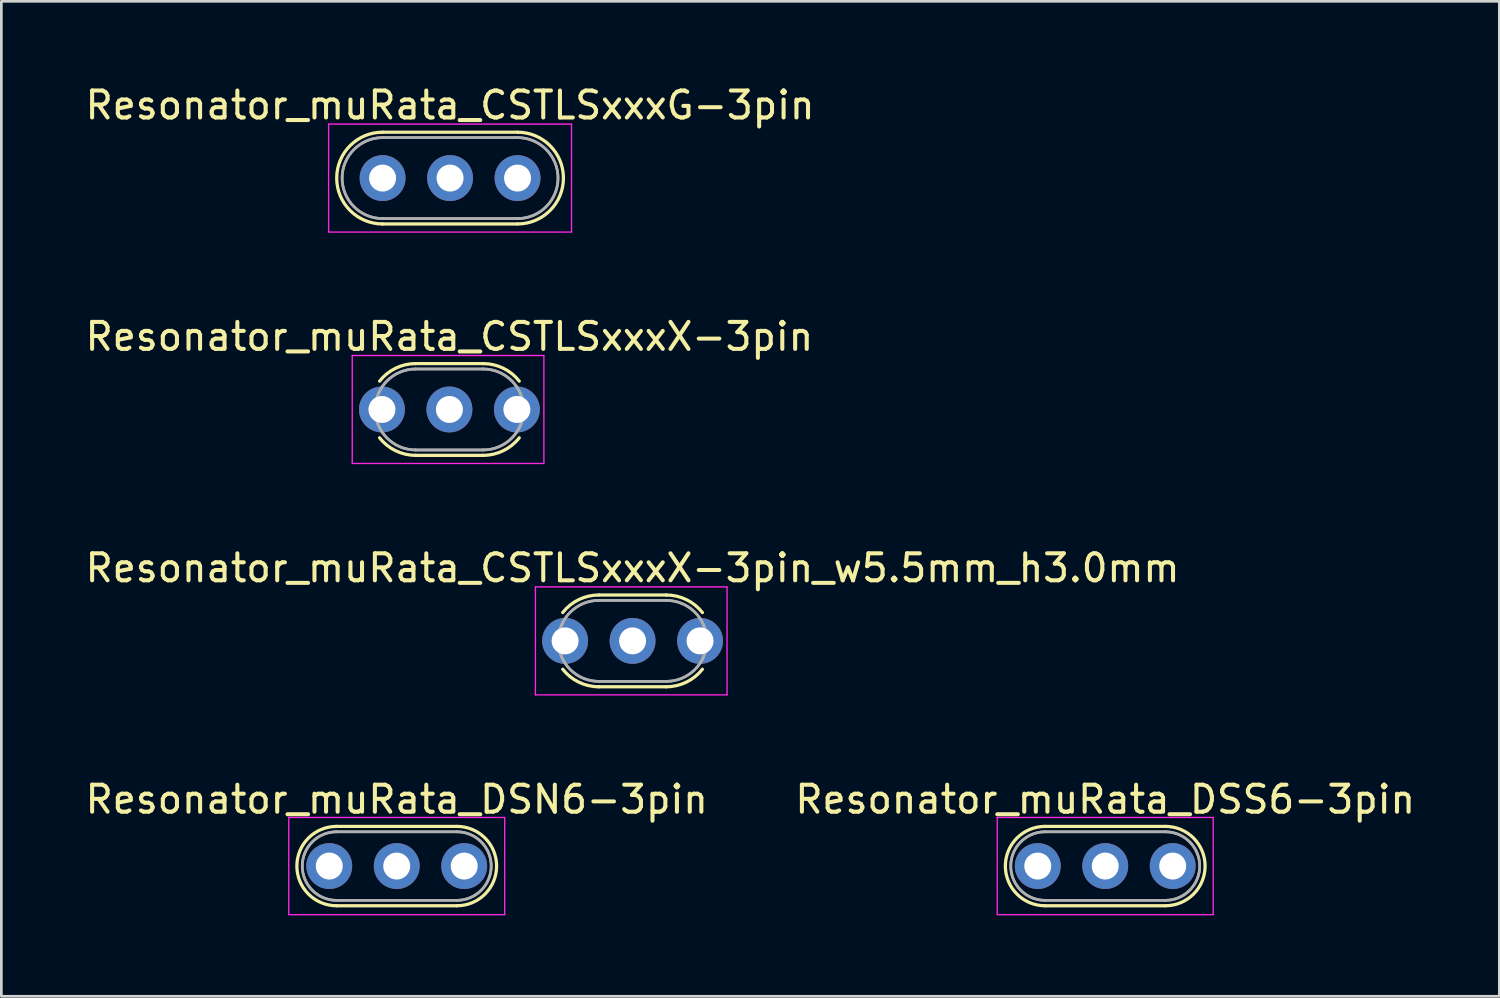
<source format=kicad_pcb>
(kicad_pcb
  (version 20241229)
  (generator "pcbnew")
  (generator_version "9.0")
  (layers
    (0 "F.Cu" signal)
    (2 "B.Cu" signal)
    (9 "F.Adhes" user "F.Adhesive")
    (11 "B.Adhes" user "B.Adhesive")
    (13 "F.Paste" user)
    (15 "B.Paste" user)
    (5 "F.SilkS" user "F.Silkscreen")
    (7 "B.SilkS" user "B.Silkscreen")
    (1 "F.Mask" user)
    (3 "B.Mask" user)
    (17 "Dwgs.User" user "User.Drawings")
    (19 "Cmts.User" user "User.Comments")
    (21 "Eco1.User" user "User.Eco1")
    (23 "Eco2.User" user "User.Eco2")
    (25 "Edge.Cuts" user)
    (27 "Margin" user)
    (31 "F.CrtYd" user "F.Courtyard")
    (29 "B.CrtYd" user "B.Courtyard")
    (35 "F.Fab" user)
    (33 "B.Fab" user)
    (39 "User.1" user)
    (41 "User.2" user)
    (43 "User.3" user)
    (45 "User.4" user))
  (footprint "Resonator_muRata_DSS6-3pin"
    (layer "F.Cu")
    (at 35.399 29.038)
    (property "Reference" "Resonator_muRata_DSS6-3pin" (at 2.5 -2.47 0) (layer "F.SilkS") (effects (font (size 1 1) (thickness 0.15))))
    (attr through_hole)
    (fp_line (start 0.27 -1.47) (end 4.73 -1.47) (stroke (width 0.12) (type solid)) (layer "F.SilkS"))
    (fp_line (start 0.27 1.47) (end 4.73 1.47) (stroke (width 0.12) (type solid)) (layer "F.SilkS"))
    (fp_arc (start 0.27 1.47) (mid -1.2 0) (end 0.27 -1.47) (stroke (width 0.12) (type solid)) (layer "F.SilkS"))
    (fp_arc (start 4.73 -1.47) (mid 6.2 0) (end 4.73 1.47) (stroke (width 0.12) (type solid)) (layer "F.SilkS"))
    (fp_line (start -1.5 -1.8) (end -1.5 1.8) (stroke (width 0.05) (type solid)) (layer "F.CrtYd"))
    (fp_line (start -1.5 1.8) (end 6.5 1.8) (stroke (width 0.05) (type solid)) (layer "F.CrtYd"))
    (fp_line (start 6.5 -1.8) (end -1.5 -1.8) (stroke (width 0.05) (type solid)) (layer "F.CrtYd"))
    (fp_line (start 6.5 1.8) (end 6.5 -1.8) (stroke (width 0.05) (type solid)) (layer "F.CrtYd"))
    (fp_line (start 0.27 -1.27) (end 4.73 -1.27) (stroke (width 0.1) (type solid)) (layer "F.Fab"))
    (fp_line (start 0.27 -1.27) (end 4.73 -1.27) (stroke (width 0.1) (type solid)) (layer "F.Fab"))
    (fp_line (start 0.27 1.27) (end 4.73 1.27) (stroke (width 0.1) (type solid)) (layer "F.Fab"))
    (fp_line (start 0.27 1.27) (end 4.73 1.27) (stroke (width 0.1) (type solid)) (layer "F.Fab"))
    (fp_arc (start 0.27 1.27) (mid -1 0) (end 0.27 -1.27) (stroke (width 0.1) (type solid)) (layer "F.Fab"))
    (fp_arc (start 0.27 1.27) (mid -1 0) (end 0.27 -1.27) (stroke (width 0.1) (type solid)) (layer "F.Fab"))
    (fp_arc (start 4.73 -1.27) (mid 6 0) (end 4.73 1.27) (stroke (width 0.1) (type solid)) (layer "F.Fab"))
    (fp_arc (start 4.73 -1.27) (mid 6 0) (end 4.73 1.27) (stroke (width 0.1) (type solid)) (layer "F.Fab"))
    (pad "1" thru_hole circle (at 0 0) (size 1.7 1.7) (drill 1) (layers "*.Cu" "*.Mask"))
    (pad "2" thru_hole circle (at 2.5 0) (size 1.7 1.7) (drill 1) (layers "*.Cu" "*.Mask"))
    (pad "3" thru_hole circle (at 5 0) (size 1.7 1.7) (drill 1) (layers "*.Cu" "*.Mask")))
  (footprint "Resonator_muRata_CSTLSxxxX-3pin"
    (layer "F.Cu")
    (at 11.101 12.121)
    (property "Reference" "Resonator_muRata_CSTLSxxxX-3pin" (at 2.5 -2.7 0) (layer "F.SilkS") (effects (font (size 1 1) (thickness 0.15))))
    (attr through_hole)
    (fp_line (start 1.25 -1.7) (end 3.75 -1.7) (stroke (width 0.12) (type solid)) (layer "F.SilkS"))
    (fp_line (start 1.25 1.7) (end 3.75 1.7) (stroke (width 0.12) (type solid)) (layer "F.SilkS"))
    (fp_arc (start -0.08779 -1.048961) (mid 0.506102 -1.5286) (end 1.25 -1.7) (stroke (width 0.12) (type solid)) (layer "F.SilkS"))
    (fp_arc (start 1.25 1.7) (mid 0.506103 1.5286) (end -0.08779 1.048961) (stroke (width 0.12) (type solid)) (layer "F.SilkS"))
    (fp_arc (start 3.75 -1.7) (mid 4.493897 -1.5286) (end 5.08779 -1.048961) (stroke (width 0.12) (type solid)) (layer "F.SilkS"))
    (fp_arc (start 5.08779 1.048961) (mid 4.493898 1.5286) (end 3.75 1.7) (stroke (width 0.12) (type solid)) (layer "F.SilkS"))
    (fp_line (start -1.1 -2) (end -1.1 2) (stroke (width 0.05) (type solid)) (layer "F.CrtYd"))
    (fp_line (start -1.1 2) (end 6 2) (stroke (width 0.05) (type solid)) (layer "F.CrtYd"))
    (fp_line (start 6 -2) (end -1.1 -2) (stroke (width 0.05) (type solid)) (layer "F.CrtYd"))
    (fp_line (start 6 2) (end 6 -2) (stroke (width 0.05) (type solid)) (layer "F.CrtYd"))
    (fp_line (start 1.25 -1.5) (end 3.75 -1.5) (stroke (width 0.1) (type solid)) (layer "F.Fab"))
    (fp_line (start 1.25 -1.5) (end 3.75 -1.5) (stroke (width 0.1) (type solid)) (layer "F.Fab"))
    (fp_line (start 1.25 1.5) (end 3.75 1.5) (stroke (width 0.1) (type solid)) (layer "F.Fab"))
    (fp_line (start 1.25 1.5) (end 3.75 1.5) (stroke (width 0.1) (type solid)) (layer "F.Fab"))
    (fp_arc (start 1.25 1.5) (mid -0.25 0) (end 1.25 -1.5) (stroke (width 0.1) (type solid)) (layer "F.Fab"))
    (fp_arc (start 1.25 1.5) (mid -0.25 0) (end 1.25 -1.5) (stroke (width 0.1) (type solid)) (layer "F.Fab"))
    (fp_arc (start 3.75 -1.5) (mid 5.25 0) (end 3.75 1.5) (stroke (width 0.1) (type solid)) (layer "F.Fab"))
    (fp_arc (start 3.75 -1.5) (mid 5.25 0) (end 3.75 1.5) (stroke (width 0.1) (type solid)) (layer "F.Fab"))
    (pad "1" thru_hole circle (at 0 0) (size 1.7 1.7) (drill 1) (layers "*.Cu" "*.Mask"))
    (pad "2" thru_hole circle (at 2.5 0) (size 1.7 1.7) (drill 1) (layers "*.Cu" "*.Mask"))
    (pad "3" thru_hole circle (at 5 0) (size 1.7 1.7) (drill 1) (layers "*.Cu" "*.Mask")))
  (footprint "Resonator_muRata_CSTLSxxxG-3pin"
    (layer "F.Cu")
    (at 11.125 3.548)
    (property "Reference" "Resonator_muRata_CSTLSxxxG-3pin" (at 2.5 -2.7 0) (layer "F.SilkS") (effects (font (size 1 1) (thickness 0.15))))
    (attr through_hole)
    (fp_line (start 0 -1.7) (end 5 -1.7) (stroke (width 0.12) (type solid)) (layer "F.SilkS"))
    (fp_line (start 0 1.7) (end 5 1.7) (stroke (width 0.12) (type solid)) (layer "F.SilkS"))
    (fp_arc (start 0 1.7) (mid -1.7 0) (end 0 -1.7) (stroke (width 0.12) (type solid)) (layer "F.SilkS"))
    (fp_arc (start 5 -1.7) (mid 6.7 0) (end 5 1.7) (stroke (width 0.12) (type solid)) (layer "F.SilkS"))
    (fp_line (start -2 -2) (end -2 2) (stroke (width 0.05) (type solid)) (layer "F.CrtYd"))
    (fp_line (start -2 2) (end 7 2) (stroke (width 0.05) (type solid)) (layer "F.CrtYd"))
    (fp_line (start 7 -2) (end -2 -2) (stroke (width 0.05) (type solid)) (layer "F.CrtYd"))
    (fp_line (start 7 2) (end 7 -2) (stroke (width 0.05) (type solid)) (layer "F.CrtYd"))
    (fp_line (start 0 -1.5) (end 5 -1.5) (stroke (width 0.1) (type solid)) (layer "F.Fab"))
    (fp_line (start 0 -1.5) (end 5 -1.5) (stroke (width 0.1) (type solid)) (layer "F.Fab"))
    (fp_line (start 0 1.5) (end 5 1.5) (stroke (width 0.1) (type solid)) (layer "F.Fab"))
    (fp_line (start 0 1.5) (end 5 1.5) (stroke (width 0.1) (type solid)) (layer "F.Fab"))
    (fp_arc (start 0 1.5) (mid -1.5 0) (end 0 -1.5) (stroke (width 0.1) (type solid)) (layer "F.Fab"))
    (fp_arc (start 0 1.5) (mid -1.5 0) (end 0 -1.5) (stroke (width 0.1) (type solid)) (layer "F.Fab"))
    (fp_arc (start 5 -1.5) (mid 6.5 0) (end 5 1.5) (stroke (width 0.1) (type solid)) (layer "F.Fab"))
    (fp_arc (start 5 -1.5) (mid 6.5 0) (end 5 1.5) (stroke (width 0.1) (type solid)) (layer "F.Fab"))
    (pad "1" thru_hole circle (at 0 0) (size 1.7 1.7) (drill 1) (layers "*.Cu" "*.Mask"))
    (pad "2" thru_hole circle (at 2.5 0) (size 1.7 1.7) (drill 1) (layers "*.Cu" "*.Mask"))
    (pad "3" thru_hole circle (at 5 0) (size 1.7 1.7) (drill 1) (layers "*.Cu" "*.Mask")))
  (footprint "Resonator_muRata_DSN6-3pin"
    (layer "F.Cu")
    (at 9.149 29.038)
    (property "Reference" "Resonator_muRata_DSN6-3pin" (at 2.5 -2.47 0) (layer "F.SilkS") (effects (font (size 1 1) (thickness 0.15))))
    (attr through_hole)
    (fp_line (start 0.27 -1.47) (end 4.73 -1.47) (stroke (width 0.12) (type solid)) (layer "F.SilkS"))
    (fp_line (start 0.27 1.47) (end 4.73 1.47) (stroke (width 0.12) (type solid)) (layer "F.SilkS"))
    (fp_arc (start 0.27 1.47) (mid -1.2 0) (end 0.27 -1.47) (stroke (width 0.12) (type solid)) (layer "F.SilkS"))
    (fp_arc (start 4.73 -1.47) (mid 6.2 0) (end 4.73 1.47) (stroke (width 0.12) (type solid)) (layer "F.SilkS"))
    (fp_line (start -1.5 -1.8) (end -1.5 1.8) (stroke (width 0.05) (type solid)) (layer "F.CrtYd"))
    (fp_line (start -1.5 1.8) (end 6.5 1.8) (stroke (width 0.05) (type solid)) (layer "F.CrtYd"))
    (fp_line (start 6.5 -1.8) (end -1.5 -1.8) (stroke (width 0.05) (type solid)) (layer "F.CrtYd"))
    (fp_line (start 6.5 1.8) (end 6.5 -1.8) (stroke (width 0.05) (type solid)) (layer "F.CrtYd"))
    (fp_line (start 0.27 -1.27) (end 4.73 -1.27) (stroke (width 0.1) (type solid)) (layer "F.Fab"))
    (fp_line (start 0.27 -1.27) (end 4.73 -1.27) (stroke (width 0.1) (type solid)) (layer "F.Fab"))
    (fp_line (start 0.27 1.27) (end 4.73 1.27) (stroke (width 0.1) (type solid)) (layer "F.Fab"))
    (fp_line (start 0.27 1.27) (end 4.73 1.27) (stroke (width 0.1) (type solid)) (layer "F.Fab"))
    (fp_arc (start 0.27 1.27) (mid -1 0) (end 0.27 -1.27) (stroke (width 0.1) (type solid)) (layer "F.Fab"))
    (fp_arc (start 0.27 1.27) (mid -1 0) (end 0.27 -1.27) (stroke (width 0.1) (type solid)) (layer "F.Fab"))
    (fp_arc (start 4.73 -1.27) (mid 6 0) (end 4.73 1.27) (stroke (width 0.1) (type solid)) (layer "F.Fab"))
    (fp_arc (start 4.73 -1.27) (mid 6 0) (end 4.73 1.27) (stroke (width 0.1) (type solid)) (layer "F.Fab"))
    (pad "1" thru_hole circle (at 0 0) (size 1.7 1.7) (drill 1) (layers "*.Cu" "*.Mask"))
    (pad "2" thru_hole circle (at 2.5 0) (size 1.7 1.7) (drill 1) (layers "*.Cu" "*.Mask"))
    (pad "3" thru_hole circle (at 5 0) (size 1.7 1.7) (drill 1) (layers "*.Cu" "*.Mask")))
  (footprint "Resonator_muRata_CSTLSxxxX-3pin_w5.5mm_h3.0mm"
    (layer "F.Cu")
    (at 17.887 20.695)
    (property "Reference" "Resonator_muRata_CSTLSxxxX-3pin_w5.5mm_h3.0mm" (at 2.5 -2.7 0) (layer "F.SilkS") (effects (font (size 1 1) (thickness 0.15))))
    (attr through_hole)
    (fp_line (start 1.25 -1.7) (end 3.75 -1.7) (stroke (width 0.12) (type solid)) (layer "F.SilkS"))
    (fp_line (start 1.25 1.7) (end 3.75 1.7) (stroke (width 0.12) (type solid)) (layer "F.SilkS"))
    (fp_arc (start -0.08779 -1.048961) (mid 0.506102 -1.5286) (end 1.25 -1.7) (stroke (width 0.12) (type solid)) (layer "F.SilkS"))
    (fp_arc (start 1.25 1.7) (mid 0.506103 1.5286) (end -0.08779 1.048961) (stroke (width 0.12) (type solid)) (layer "F.SilkS"))
    (fp_arc (start 3.75 -1.7) (mid 4.493897 -1.5286) (end 5.08779 -1.048961) (stroke (width 0.12) (type solid)) (layer "F.SilkS"))
    (fp_arc (start 5.08779 1.048961) (mid 4.493898 1.5286) (end 3.75 1.7) (stroke (width 0.12) (type solid)) (layer "F.SilkS"))
    (fp_line (start -1.1 -2) (end -1.1 2) (stroke (width 0.05) (type solid)) (layer "F.CrtYd"))
    (fp_line (start -1.1 2) (end 6 2) (stroke (width 0.05) (type solid)) (layer "F.CrtYd"))
    (fp_line (start 6 -2) (end -1.1 -2) (stroke (width 0.05) (type solid)) (layer "F.CrtYd"))
    (fp_line (start 6 2) (end 6 -2) (stroke (width 0.05) (type solid)) (layer "F.CrtYd"))
    (fp_line (start 1.25 -1.5) (end 3.75 -1.5) (stroke (width 0.1) (type solid)) (layer "F.Fab"))
    (fp_line (start 1.25 -1.5) (end 3.75 -1.5) (stroke (width 0.1) (type solid)) (layer "F.Fab"))
    (fp_line (start 1.25 1.5) (end 3.75 1.5) (stroke (width 0.1) (type solid)) (layer "F.Fab"))
    (fp_line (start 1.25 1.5) (end 3.75 1.5) (stroke (width 0.1) (type solid)) (layer "F.Fab"))
    (fp_arc (start 1.25 1.5) (mid -0.25 0) (end 1.25 -1.5) (stroke (width 0.1) (type solid)) (layer "F.Fab"))
    (fp_arc (start 1.25 1.5) (mid -0.25 0) (end 1.25 -1.5) (stroke (width 0.1) (type solid)) (layer "F.Fab"))
    (fp_arc (start 3.75 -1.5) (mid 5.25 0) (end 3.75 1.5) (stroke (width 0.1) (type solid)) (layer "F.Fab"))
    (fp_arc (start 3.75 -1.5) (mid 5.25 0) (end 3.75 1.5) (stroke (width 0.1) (type solid)) (layer "F.Fab"))
    (pad "1" thru_hole circle (at 0 0) (size 1.7 1.7) (drill 1) (layers "*.Cu" "*.Mask"))
    (pad "2" thru_hole circle (at 2.5 0) (size 1.7 1.7) (drill 1) (layers "*.Cu" "*.Mask"))
    (pad "3" thru_hole circle (at 5 0) (size 1.7 1.7) (drill 1) (layers "*.Cu" "*.Mask")))
  (gr_rect
    (start -3 -3)
    (end 52.5 33.863)
    (stroke (width 0.1) (type default))
    (fill no)
    (layer "Edge.Cuts")))
</source>
